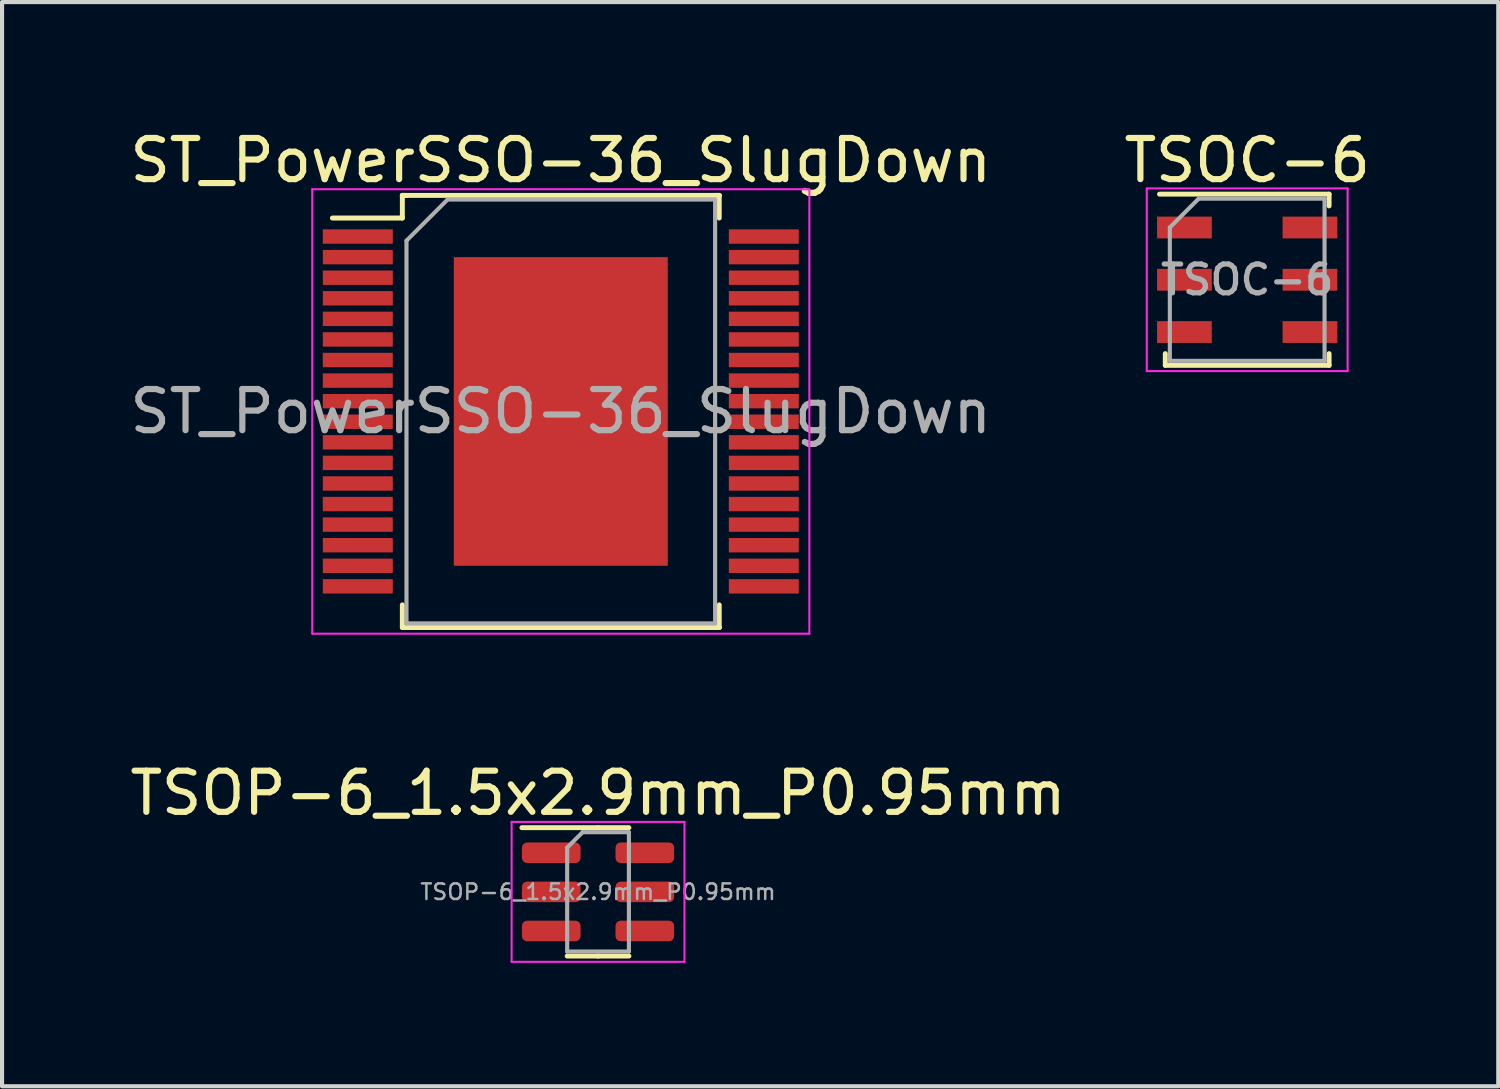
<source format=kicad_pcb>
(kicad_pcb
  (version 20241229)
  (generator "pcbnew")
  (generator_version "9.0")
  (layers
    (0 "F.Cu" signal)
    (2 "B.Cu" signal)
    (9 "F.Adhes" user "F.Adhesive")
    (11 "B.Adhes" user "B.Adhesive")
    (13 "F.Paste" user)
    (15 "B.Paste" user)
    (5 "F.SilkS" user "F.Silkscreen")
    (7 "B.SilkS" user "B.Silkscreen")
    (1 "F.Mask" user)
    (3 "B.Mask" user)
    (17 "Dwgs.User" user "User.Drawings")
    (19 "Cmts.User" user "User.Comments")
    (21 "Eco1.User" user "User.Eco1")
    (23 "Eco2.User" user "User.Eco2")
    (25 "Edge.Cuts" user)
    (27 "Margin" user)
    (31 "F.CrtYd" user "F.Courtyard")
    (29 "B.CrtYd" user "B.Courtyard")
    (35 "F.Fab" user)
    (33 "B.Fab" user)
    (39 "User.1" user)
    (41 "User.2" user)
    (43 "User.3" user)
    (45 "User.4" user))
  (footprint "TSOC-6"
    (layer "F.Cu")
    (at 27.256 3.748)
    (property "Reference" "TSOC-6" (at 0 -2.9 0) (layer "F.SilkS") (effects (font (size 1 1) (thickness 0.15))))
    (attr smd)
    (fp_line (start -2.13 -2.08) (end 1.99 -2.08) (stroke (width 0.12) (type solid)) (layer "F.SilkS"))
    (fp_line (start -1.99 1.795) (end -1.99 2.08) (stroke (width 0.12) (type solid)) (layer "F.SilkS"))
    (fp_line (start -1.99 2.08) (end 1.99 2.08) (stroke (width 0.12) (type solid)) (layer "F.SilkS"))
    (fp_line (start 1.99 -2.08) (end 1.99 -1.795) (stroke (width 0.12) (type solid)) (layer "F.SilkS"))
    (fp_line (start 1.99 1.795) (end 1.99 2.08) (stroke (width 0.12) (type solid)) (layer "F.SilkS"))
    (fp_line (start -2.44 -2.22) (end -2.44 2.22) (stroke (width 0.05) (type solid)) (layer "F.CrtYd"))
    (fp_line (start -2.44 -2.22) (end 2.44 -2.22) (stroke (width 0.05) (type solid)) (layer "F.CrtYd"))
    (fp_line (start -2.44 2.22) (end 2.44 2.22) (stroke (width 0.05) (type solid)) (layer "F.CrtYd"))
    (fp_line (start 2.44 -2.22) (end 2.44 2.22) (stroke (width 0.05) (type solid)) (layer "F.CrtYd"))
    (fp_line (start -1.88 -1.27) (end -1.88 1.97) (stroke (width 0.1) (type solid)) (layer "F.Fab"))
    (fp_line (start -1.88 -1.27) (end -1.18 -1.97) (stroke (width 0.1) (type solid)) (layer "F.Fab"))
    (fp_line (start -1.88 1.97) (end 1.88 1.97) (stroke (width 0.1) (type solid)) (layer "F.Fab"))
    (fp_line (start -1.18 -1.97) (end 1.88 -1.97) (stroke (width 0.1) (type solid)) (layer "F.Fab"))
    (fp_line (start 1.88 -1.97) (end 1.88 1.97) (stroke (width 0.1) (type solid)) (layer "F.Fab"))
    (fp_text user "${REFERENCE}" (at 0 0 0) (layer "F.Fab") (effects (font (size 0.7 0.7) (thickness 0.127))))
    (pad "1" smd rect (at -1.525 -1.27) (size 1.33 0.53) (layers "F.Cu" "F.Mask" "F.Paste"))
    (pad "2" smd rect (at -1.525 0) (size 1.33 0.53) (layers "F.Cu" "F.Mask" "F.Paste"))
    (pad "3" smd rect (at -1.525 1.27) (size 1.33 0.53) (layers "F.Cu" "F.Mask" "F.Paste"))
    (pad "4" smd rect (at 1.525 1.27) (size 1.33 0.53) (layers "F.Cu" "F.Mask" "F.Paste"))
    (pad "5" smd rect (at 1.525 0) (size 1.33 0.53) (layers "F.Cu" "F.Mask" "F.Paste"))
    (pad "6" smd rect (at 1.525 -1.27) (size 1.33 0.53) (layers "F.Cu" "F.Mask" "F.Paste")))
  (footprint "TSOP-6_1.5x2.9mm_P0.95mm"
    (layer "F.Cu")
    (at 11.482 18.622)
    (property "Reference" "TSOP-6_1.5x2.9mm_P0.95mm" (at 0 -2.4 0) (layer "F.SilkS") (effects (font (size 1 1) (thickness 0.15))))
    (attr smd)
    (fp_line (start 0 -1.56) (end -1.85 -1.56) (stroke (width 0.12) (type solid)) (layer "F.SilkS"))
    (fp_line (start 0 -1.56) (end 0.75 -1.56) (stroke (width 0.12) (type solid)) (layer "F.SilkS"))
    (fp_line (start 0 1.56) (end -0.75 1.56) (stroke (width 0.12) (type solid)) (layer "F.SilkS"))
    (fp_line (start 0 1.56) (end 0.75 1.56) (stroke (width 0.12) (type solid)) (layer "F.SilkS"))
    (fp_line (start -2.1 -1.7) (end -2.1 1.7) (stroke (width 0.05) (type solid)) (layer "F.CrtYd"))
    (fp_line (start -2.1 1.7) (end 2.1 1.7) (stroke (width 0.05) (type solid)) (layer "F.CrtYd"))
    (fp_line (start 2.1 -1.7) (end -2.1 -1.7) (stroke (width 0.05) (type solid)) (layer "F.CrtYd"))
    (fp_line (start 2.1 1.7) (end 2.1 -1.7) (stroke (width 0.05) (type solid)) (layer "F.CrtYd"))
    (fp_line (start -0.75 -1.075) (end -0.375 -1.45) (stroke (width 0.1) (type solid)) (layer "F.Fab"))
    (fp_line (start -0.75 1.45) (end -0.75 -1.075) (stroke (width 0.1) (type solid)) (layer "F.Fab"))
    (fp_line (start -0.375 -1.45) (end 0.75 -1.45) (stroke (width 0.1) (type solid)) (layer "F.Fab"))
    (fp_line (start 0.75 -1.45) (end 0.75 1.45) (stroke (width 0.1) (type solid)) (layer "F.Fab"))
    (fp_line (start 0.75 1.45) (end -0.75 1.45) (stroke (width 0.1) (type solid)) (layer "F.Fab"))
    (fp_text user "${REFERENCE}" (at 0 0 0) (layer "F.Fab") (effects (font (size 0.38 0.38) (thickness 0.06))))
    (pad "1" smd roundrect (at -1.137 -0.95) (size 1.425 0.5) (layers "F.Cu" "F.Mask" "F.Paste") (roundrect_rratio 0.25))
    (pad "2" smd roundrect (at -1.137 0) (size 1.425 0.5) (layers "F.Cu" "F.Mask" "F.Paste") (roundrect_rratio 0.25))
    (pad "3" smd roundrect (at -1.137 0.95) (size 1.425 0.5) (layers "F.Cu" "F.Mask" "F.Paste") (roundrect_rratio 0.25))
    (pad "4" smd roundrect (at 1.137 0.95) (size 1.425 0.5) (layers "F.Cu" "F.Mask" "F.Paste") (roundrect_rratio 0.25))
    (pad "5" smd roundrect (at 1.137 0) (size 1.425 0.5) (layers "F.Cu" "F.Mask" "F.Paste") (roundrect_rratio 0.25))
    (pad "6" smd roundrect (at 1.137 -0.95) (size 1.425 0.5) (layers "F.Cu" "F.Mask" "F.Paste") (roundrect_rratio 0.25)))
  (footprint "ST_PowerSSO-36_SlugDown"
    (layer "F.Cu")
    (at 10.577 6.948)
    (property "Reference" "ST_PowerSSO-36_SlugDown" (at 0 -6.1 0) (layer "F.SilkS") (effects (font (size 1 1) (thickness 0.15))))
    (attr smd)
    (fp_line (start -3.85 -5.25) (end -3.85 -4.7) (stroke (width 0.12) (type solid)) (layer "F.SilkS"))
    (fp_line (start -3.85 -4.7) (end -5.55 -4.7) (stroke (width 0.12) (type solid)) (layer "F.SilkS"))
    (fp_line (start -3.85 5.25) (end -3.85 4.7) (stroke (width 0.12) (type solid)) (layer "F.SilkS"))
    (fp_line (start -3.75 -5.25) (end -3.85 -5.25) (stroke (width 0.12) (type solid)) (layer "F.SilkS"))
    (fp_line (start 3.75 -5.25) (end 3.85 -5.25) (stroke (width 0.12) (type solid)) (layer "F.SilkS"))
    (fp_line (start 3.75 5.25) (end 3.85 5.25) (stroke (width 0.12) (type solid)) (layer "F.SilkS"))
    (fp_line (start 3.85 -5.25) (end -3.85 -5.25) (stroke (width 0.12) (type solid)) (layer "F.SilkS"))
    (fp_line (start 3.85 -5.25) (end 3.85 -4.7) (stroke (width 0.12) (type solid)) (layer "F.SilkS"))
    (fp_line (start 3.85 5.25) (end -3.85 5.25) (stroke (width 0.12) (type solid)) (layer "F.SilkS"))
    (fp_line (start 3.85 5.25) (end 3.85 4.7) (stroke (width 0.12) (type solid)) (layer "F.SilkS"))
    (fp_line (start -6.04 -5.4) (end -6.04 5.4) (stroke (width 0.05) (type solid)) (layer "F.CrtYd"))
    (fp_line (start -6.04 -5.4) (end 6.04 -5.4) (stroke (width 0.05) (type solid)) (layer "F.CrtYd"))
    (fp_line (start 6.04 5.4) (end -6.04 5.4) (stroke (width 0.05) (type solid)) (layer "F.CrtYd"))
    (fp_line (start 6.04 5.4) (end 6.04 -5.4) (stroke (width 0.05) (type solid)) (layer "F.CrtYd"))
    (fp_line (start -3.75 -4.15) (end -3.75 5.15) (stroke (width 0.1) (type solid)) (layer "F.Fab"))
    (fp_line (start -3.75 5.15) (end 3.75 5.15) (stroke (width 0.1) (type solid)) (layer "F.Fab"))
    (fp_line (start -2.75 -5.15) (end -3.75 -4.15) (stroke (width 0.1) (type solid)) (layer "F.Fab"))
    (fp_line (start 3.75 -5.15) (end -2.75 -5.15) (stroke (width 0.1) (type solid)) (layer "F.Fab"))
    (fp_line (start 3.75 5.15) (end 3.75 -5.15) (stroke (width 0.1) (type solid)) (layer "F.Fab"))
    (fp_text user "${REFERENCE}" (at 0 0 0) (layer "F.Fab") (effects (font (size 1 1) (thickness 0.15))))
    (pad "1" smd rect (at -4.933 -4.25) (size 1.7 0.35) (layers "F.Cu" "F.Mask" "F.Paste"))
    (pad "2" smd rect (at -4.933 -3.75) (size 1.7 0.35) (layers "F.Cu" "F.Mask" "F.Paste"))
    (pad "3" smd rect (at -4.933 -3.25) (size 1.7 0.35) (layers "F.Cu" "F.Mask" "F.Paste"))
    (pad "4" smd rect (at -4.933 -2.75) (size 1.7 0.35) (layers "F.Cu" "F.Mask" "F.Paste"))
    (pad "5" smd rect (at -4.933 -2.25) (size 1.7 0.35) (layers "F.Cu" "F.Mask" "F.Paste"))
    (pad "6" smd rect (at -4.933 -1.75) (size 1.7 0.35) (layers "F.Cu" "F.Mask" "F.Paste"))
    (pad "7" smd rect (at -4.933 -1.25) (size 1.7 0.35) (layers "F.Cu" "F.Mask" "F.Paste"))
    (pad "8" smd rect (at -4.933 -0.75) (size 1.7 0.35) (layers "F.Cu" "F.Mask" "F.Paste"))
    (pad "9" smd rect (at -4.933 -0.25) (size 1.7 0.35) (layers "F.Cu" "F.Mask" "F.Paste"))
    (pad "10" smd rect (at -4.933 0.25) (size 1.7 0.35) (layers "F.Cu" "F.Mask" "F.Paste"))
    (pad "11" smd rect (at -4.933 0.75) (size 1.7 0.35) (layers "F.Cu" "F.Mask" "F.Paste"))
    (pad "12" smd rect (at -4.933 1.25) (size 1.7 0.35) (layers "F.Cu" "F.Mask" "F.Paste"))
    (pad "13" smd rect (at -4.933 1.75) (size 1.7 0.35) (layers "F.Cu" "F.Mask" "F.Paste"))
    (pad "14" smd rect (at -4.933 2.25) (size 1.7 0.35) (layers "F.Cu" "F.Mask" "F.Paste"))
    (pad "15" smd rect (at -4.933 2.75) (size 1.7 0.35) (layers "F.Cu" "F.Mask" "F.Paste"))
    (pad "16" smd rect (at -4.933 3.25) (size 1.7 0.35) (layers "F.Cu" "F.Mask" "F.Paste"))
    (pad "17" smd rect (at -4.933 3.75) (size 1.7 0.35) (layers "F.Cu" "F.Mask" "F.Paste"))
    (pad "18" smd rect (at -4.933 4.25) (size 1.7 0.35) (layers "F.Cu" "F.Mask" "F.Paste"))
    (pad "19" smd rect (at 4.933 4.25) (size 1.7 0.35) (layers "F.Cu" "F.Mask" "F.Paste"))
    (pad "20" smd rect (at 4.933 3.75) (size 1.7 0.35) (layers "F.Cu" "F.Mask" "F.Paste"))
    (pad "21" smd rect (at 4.933 3.25) (size 1.7 0.35) (layers "F.Cu" "F.Mask" "F.Paste"))
    (pad "22" smd rect (at 4.933 2.75) (size 1.7 0.35) (layers "F.Cu" "F.Mask" "F.Paste"))
    (pad "23" smd rect (at 4.933 2.25) (size 1.7 0.35) (layers "F.Cu" "F.Mask" "F.Paste"))
    (pad "24" smd rect (at 4.933 1.75) (size 1.7 0.35) (layers "F.Cu" "F.Mask" "F.Paste"))
    (pad "25" smd rect (at 4.933 1.25) (size 1.7 0.35) (layers "F.Cu" "F.Mask" "F.Paste"))
    (pad "26" smd rect (at 4.933 0.75) (size 1.7 0.35) (layers "F.Cu" "F.Mask" "F.Paste"))
    (pad "27" smd rect (at 4.933 0.25) (size 1.7 0.35) (layers "F.Cu" "F.Mask" "F.Paste"))
    (pad "28" smd rect (at 4.933 -0.25) (size 1.7 0.35) (layers "F.Cu" "F.Mask" "F.Paste"))
    (pad "29" smd rect (at 4.933 -0.75) (size 1.7 0.35) (layers "F.Cu" "F.Mask" "F.Paste"))
    (pad "30" smd rect (at 4.933 -1.25) (size 1.7 0.35) (layers "F.Cu" "F.Mask" "F.Paste"))
    (pad "31" smd rect (at 4.933 -1.75) (size 1.7 0.35) (layers "F.Cu" "F.Mask" "F.Paste"))
    (pad "32" smd rect (at 4.933 -2.25) (size 1.7 0.35) (layers "F.Cu" "F.Mask" "F.Paste"))
    (pad "33" smd rect (at 4.933 -2.75) (size 1.7 0.35) (layers "F.Cu" "F.Mask" "F.Paste"))
    (pad "34" smd rect (at 4.933 -3.25) (size 1.7 0.35) (layers "F.Cu" "F.Mask" "F.Paste"))
    (pad "35" smd rect (at 4.933 -3.75) (size 1.7 0.35) (layers "F.Cu" "F.Mask" "F.Paste"))
    (pad "36" smd rect (at 4.933 -4.25) (size 1.7 0.35) (layers "F.Cu" "F.Mask" "F.Paste"))
    (pad "37" smd rect (at 0 0) (size 5.2 7.5) (layers "F.Cu" "F.Mask" "F.Paste")))
  (gr_rect
    (start -3 -3)
    (end 33.357 23.346)
    (stroke (width 0.1) (type default))
    (fill no)
    (layer "Edge.Cuts")))
</source>
